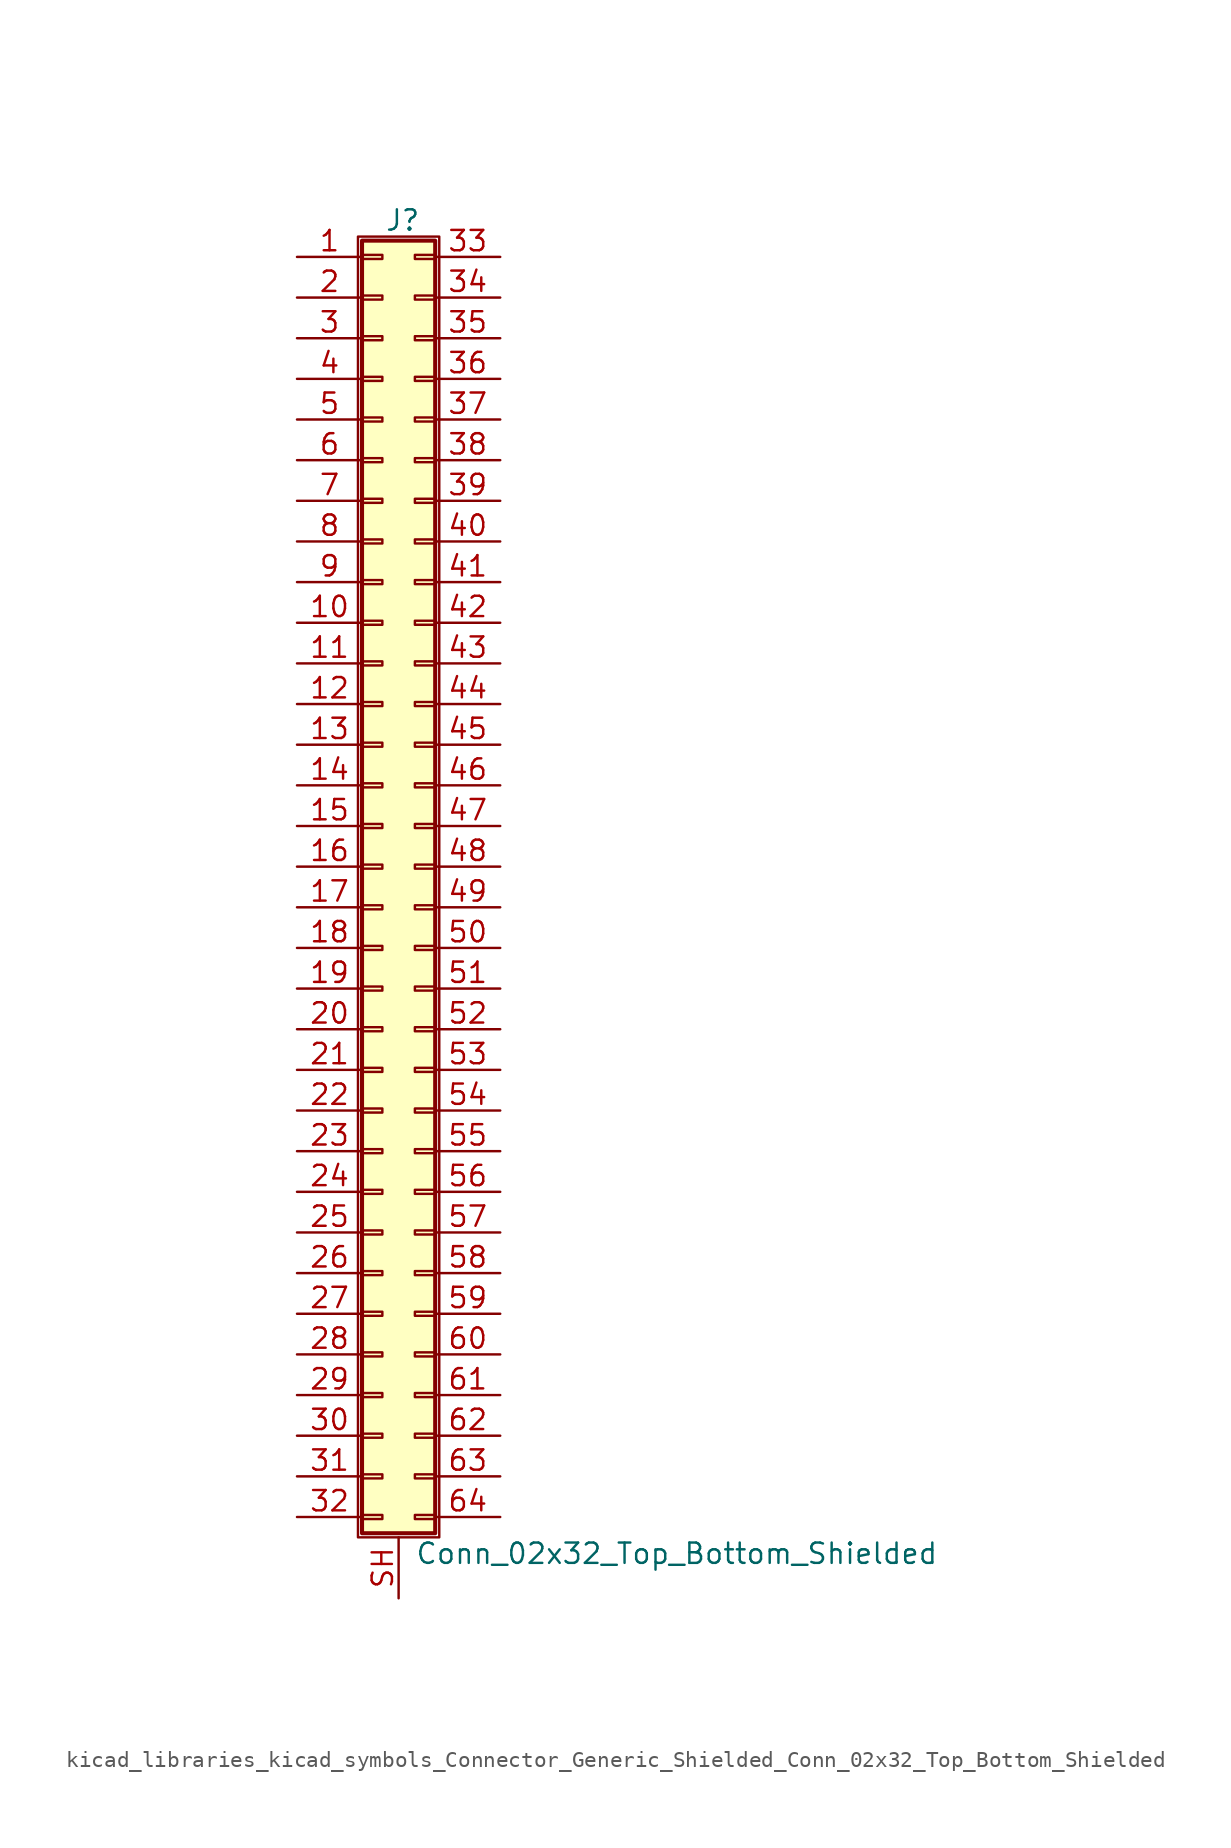
<source format=kicad_sym>
(kicad_symbol_lib
  (version 20220914)
  (generator kicad_symbol_editor)
  (symbol "kicad_libraries_kicad_symbols_Connector_Generic_Shielded_Conn_02x32_Top_Bottom_Shielded"
    (pin_names
      (offset 1.016) hide)
    (property "Reference" "J"
      (at 1.524 40.386 0)
      (effects (font (size 1.27 1.27))))
    (property "Value" "Conn_02x32_Top_Bottom_Shielded"
      (at 2.286 -42.926 0)
      (effects (font (size 1.27 1.27)) (justify left)))
    (symbol "kicad_libraries_kicad_symbols_Connector_Generic_Shielded_Conn_02x32_Top_Bottom_Shielded_1_1"
      (rectangle (start -1.27 39.37) (end 3.81 -41.91) (stroke (width 0.152) (type default)) (fill (type none)))
      (rectangle (start -1.016 -40.513) (end 0.254 -40.767) (stroke (width 0.152) (type default)) (fill (type none)))
      (rectangle (start -1.016 -37.973) (end 0.254 -38.227) (stroke (width 0.152) (type default)) (fill (type none)))
      (rectangle (start -1.016 -35.433) (end 0.254 -35.687) (stroke (width 0.152) (type default)) (fill (type none)))
      (rectangle (start -1.016 -32.893) (end 0.254 -33.147) (stroke (width 0.152) (type default)) (fill (type none)))
      (rectangle (start -1.016 -30.353) (end 0.254 -30.607) (stroke (width 0.152) (type default)) (fill (type none)))
      (rectangle (start -1.016 -27.813) (end 0.254 -28.067) (stroke (width 0.152) (type default)) (fill (type none)))
      (rectangle (start -1.016 -25.273) (end 0.254 -25.527) (stroke (width 0.152) (type default)) (fill (type none)))
      (rectangle (start -1.016 -22.733) (end 0.254 -22.987) (stroke (width 0.152) (type default)) (fill (type none)))
      (rectangle (start -1.016 -20.193) (end 0.254 -20.447) (stroke (width 0.152) (type default)) (fill (type none)))
      (rectangle (start -1.016 -17.653) (end 0.254 -17.907) (stroke (width 0.152) (type default)) (fill (type none)))
      (rectangle (start -1.016 -15.113) (end 0.254 -15.367) (stroke (width 0.152) (type default)) (fill (type none)))
      (rectangle (start -1.016 -12.573) (end 0.254 -12.827) (stroke (width 0.152) (type default)) (fill (type none)))
      (rectangle (start -1.016 -10.033) (end 0.254 -10.287) (stroke (width 0.152) (type default)) (fill (type none)))
      (rectangle (start -1.016 -7.493) (end 0.254 -7.747) (stroke (width 0.152) (type default)) (fill (type none)))
      (rectangle (start -1.016 -4.953) (end 0.254 -5.207) (stroke (width 0.152) (type default)) (fill (type none)))
      (rectangle (start -1.016 -2.413) (end 0.254 -2.667) (stroke (width 0.152) (type default)) (fill (type none)))
      (rectangle (start -1.016 0.127) (end 0.254 -0.127) (stroke (width 0.152) (type default)) (fill (type none)))
      (rectangle (start -1.016 2.667) (end 0.254 2.413) (stroke (width 0.152) (type default)) (fill (type none)))
      (rectangle (start -1.016 5.207) (end 0.254 4.953) (stroke (width 0.152) (type default)) (fill (type none)))
      (rectangle (start -1.016 7.747) (end 0.254 7.493) (stroke (width 0.152) (type default)) (fill (type none)))
      (rectangle (start -1.016 10.287) (end 0.254 10.033) (stroke (width 0.152) (type default)) (fill (type none)))
      (rectangle (start -1.016 12.827) (end 0.254 12.573) (stroke (width 0.152) (type default)) (fill (type none)))
      (rectangle (start -1.016 15.367) (end 0.254 15.113) (stroke (width 0.152) (type default)) (fill (type none)))
      (rectangle (start -1.016 17.907) (end 0.254 17.653) (stroke (width 0.152) (type default)) (fill (type none)))
      (rectangle (start -1.016 20.447) (end 0.254 20.193) (stroke (width 0.152) (type default)) (fill (type none)))
      (rectangle (start -1.016 22.987) (end 0.254 22.733) (stroke (width 0.152) (type default)) (fill (type none)))
      (rectangle (start -1.016 25.527) (end 0.254 25.273) (stroke (width 0.152) (type default)) (fill (type none)))
      (rectangle (start -1.016 28.067) (end 0.254 27.813) (stroke (width 0.152) (type default)) (fill (type none)))
      (rectangle (start -1.016 30.607) (end 0.254 30.353) (stroke (width 0.152) (type default)) (fill (type none)))
      (rectangle (start -1.016 33.147) (end 0.254 32.893) (stroke (width 0.152) (type default)) (fill (type none)))
      (rectangle (start -1.016 35.687) (end 0.254 35.433) (stroke (width 0.152) (type default)) (fill (type none)))
      (rectangle (start -1.016 38.227) (end 0.254 37.973) (stroke (width 0.152) (type default)) (fill (type none)))
      (rectangle (start -1.016 39.116) (end 3.556 -41.656) (stroke (width 0.254) (type default)) (fill (type background)))
      (rectangle (start 3.556 -40.513) (end 2.286 -40.767) (stroke (width 0.152) (type default)) (fill (type none)))
      (rectangle (start 3.556 -37.973) (end 2.286 -38.227) (stroke (width 0.152) (type default)) (fill (type none)))
      (rectangle (start 3.556 -35.433) (end 2.286 -35.687) (stroke (width 0.152) (type default)) (fill (type none)))
      (rectangle (start 3.556 -32.893) (end 2.286 -33.147) (stroke (width 0.152) (type default)) (fill (type none)))
      (rectangle (start 3.556 -30.353) (end 2.286 -30.607) (stroke (width 0.152) (type default)) (fill (type none)))
      (rectangle (start 3.556 -27.813) (end 2.286 -28.067) (stroke (width 0.152) (type default)) (fill (type none)))
      (rectangle (start 3.556 -25.273) (end 2.286 -25.527) (stroke (width 0.152) (type default)) (fill (type none)))
      (rectangle (start 3.556 -22.733) (end 2.286 -22.987) (stroke (width 0.152) (type default)) (fill (type none)))
      (rectangle (start 3.556 -20.193) (end 2.286 -20.447) (stroke (width 0.152) (type default)) (fill (type none)))
      (rectangle (start 3.556 -17.653) (end 2.286 -17.907) (stroke (width 0.152) (type default)) (fill (type none)))
      (rectangle (start 3.556 -15.113) (end 2.286 -15.367) (stroke (width 0.152) (type default)) (fill (type none)))
      (rectangle (start 3.556 -12.573) (end 2.286 -12.827) (stroke (width 0.152) (type default)) (fill (type none)))
      (rectangle (start 3.556 -10.033) (end 2.286 -10.287) (stroke (width 0.152) (type default)) (fill (type none)))
      (rectangle (start 3.556 -7.493) (end 2.286 -7.747) (stroke (width 0.152) (type default)) (fill (type none)))
      (rectangle (start 3.556 -4.953) (end 2.286 -5.207) (stroke (width 0.152) (type default)) (fill (type none)))
      (rectangle (start 3.556 -2.413) (end 2.286 -2.667) (stroke (width 0.152) (type default)) (fill (type none)))
      (rectangle (start 3.556 0.127) (end 2.286 -0.127) (stroke (width 0.152) (type default)) (fill (type none)))
      (rectangle (start 3.556 2.667) (end 2.286 2.413) (stroke (width 0.152) (type default)) (fill (type none)))
      (rectangle (start 3.556 5.207) (end 2.286 4.953) (stroke (width 0.152) (type default)) (fill (type none)))
      (rectangle (start 3.556 7.747) (end 2.286 7.493) (stroke (width 0.152) (type default)) (fill (type none)))
      (rectangle (start 3.556 10.287) (end 2.286 10.033) (stroke (width 0.152) (type default)) (fill (type none)))
      (rectangle (start 3.556 12.827) (end 2.286 12.573) (stroke (width 0.152) (type default)) (fill (type none)))
      (rectangle (start 3.556 15.367) (end 2.286 15.113) (stroke (width 0.152) (type default)) (fill (type none)))
      (rectangle (start 3.556 17.907) (end 2.286 17.653) (stroke (width 0.152) (type default)) (fill (type none)))
      (rectangle (start 3.556 20.447) (end 2.286 20.193) (stroke (width 0.152) (type default)) (fill (type none)))
      (rectangle (start 3.556 22.987) (end 2.286 22.733) (stroke (width 0.152) (type default)) (fill (type none)))
      (rectangle (start 3.556 25.527) (end 2.286 25.273) (stroke (width 0.152) (type default)) (fill (type none)))
      (rectangle (start 3.556 28.067) (end 2.286 27.813) (stroke (width 0.152) (type default)) (fill (type none)))
      (rectangle (start 3.556 30.607) (end 2.286 30.353) (stroke (width 0.152) (type default)) (fill (type none)))
      (rectangle (start 3.556 33.147) (end 2.286 32.893) (stroke (width 0.152) (type default)) (fill (type none)))
      (rectangle (start 3.556 35.687) (end 2.286 35.433) (stroke (width 0.152) (type default)) (fill (type none)))
      (rectangle (start 3.556 38.227) (end 2.286 37.973) (stroke (width 0.152) (type default)) (fill (type none)))
      (pin passive line (at -5.08 38.1 0) (length 4.064) (name "Pin_1" (effects (font (size 1.27 1.27)))) (number "1" (effects (font (size 1.27 1.27)))))
      (pin passive line (at -5.08 15.24 0) (length 4.064) (name "Pin_10" (effects (font (size 1.27 1.27)))) (number "10" (effects (font (size 1.27 1.27)))))
      (pin passive line (at -5.08 12.7 0) (length 4.064) (name "Pin_11" (effects (font (size 1.27 1.27)))) (number "11" (effects (font (size 1.27 1.27)))))
      (pin passive line (at -5.08 10.16 0) (length 4.064) (name "Pin_12" (effects (font (size 1.27 1.27)))) (number "12" (effects (font (size 1.27 1.27)))))
      (pin passive line (at -5.08 7.62 0) (length 4.064) (name "Pin_13" (effects (font (size 1.27 1.27)))) (number "13" (effects (font (size 1.27 1.27)))))
      (pin passive line (at -5.08 5.08 0) (length 4.064) (name "Pin_14" (effects (font (size 1.27 1.27)))) (number "14" (effects (font (size 1.27 1.27)))))
      (pin passive line (at -5.08 2.54 0) (length 4.064) (name "Pin_15" (effects (font (size 1.27 1.27)))) (number "15" (effects (font (size 1.27 1.27)))))
      (pin passive line (at -5.08 0 0) (length 4.064) (name "Pin_16" (effects (font (size 1.27 1.27)))) (number "16" (effects (font (size 1.27 1.27)))))
      (pin passive line (at -5.08 -2.54 0) (length 4.064) (name "Pin_17" (effects (font (size 1.27 1.27)))) (number "17" (effects (font (size 1.27 1.27)))))
      (pin passive line (at -5.08 -5.08 0) (length 4.064) (name "Pin_18" (effects (font (size 1.27 1.27)))) (number "18" (effects (font (size 1.27 1.27)))))
      (pin passive line (at -5.08 -7.62 0) (length 4.064) (name "Pin_19" (effects (font (size 1.27 1.27)))) (number "19" (effects (font (size 1.27 1.27)))))
      (pin passive line (at -5.08 35.56 0) (length 4.064) (name "Pin_2" (effects (font (size 1.27 1.27)))) (number "2" (effects (font (size 1.27 1.27)))))
      (pin passive line (at -5.08 -10.16 0) (length 4.064) (name "Pin_20" (effects (font (size 1.27 1.27)))) (number "20" (effects (font (size 1.27 1.27)))))
      (pin passive line (at -5.08 -12.7 0) (length 4.064) (name "Pin_21" (effects (font (size 1.27 1.27)))) (number "21" (effects (font (size 1.27 1.27)))))
      (pin passive line (at -5.08 -15.24 0) (length 4.064) (name "Pin_22" (effects (font (size 1.27 1.27)))) (number "22" (effects (font (size 1.27 1.27)))))
      (pin passive line (at -5.08 -17.78 0) (length 4.064) (name "Pin_23" (effects (font (size 1.27 1.27)))) (number "23" (effects (font (size 1.27 1.27)))))
      (pin passive line (at -5.08 -20.32 0) (length 4.064) (name "Pin_24" (effects (font (size 1.27 1.27)))) (number "24" (effects (font (size 1.27 1.27)))))
      (pin passive line (at -5.08 -22.86 0) (length 4.064) (name "Pin_25" (effects (font (size 1.27 1.27)))) (number "25" (effects (font (size 1.27 1.27)))))
      (pin passive line (at -5.08 -25.4 0) (length 4.064) (name "Pin_26" (effects (font (size 1.27 1.27)))) (number "26" (effects (font (size 1.27 1.27)))))
      (pin passive line (at -5.08 -27.94 0) (length 4.064) (name "Pin_27" (effects (font (size 1.27 1.27)))) (number "27" (effects (font (size 1.27 1.27)))))
      (pin passive line (at -5.08 -30.48 0) (length 4.064) (name "Pin_28" (effects (font (size 1.27 1.27)))) (number "28" (effects (font (size 1.27 1.27)))))
      (pin passive line (at -5.08 -33.02 0) (length 4.064) (name "Pin_29" (effects (font (size 1.27 1.27)))) (number "29" (effects (font (size 1.27 1.27)))))
      (pin passive line (at -5.08 33.02 0) (length 4.064) (name "Pin_3" (effects (font (size 1.27 1.27)))) (number "3" (effects (font (size 1.27 1.27)))))
      (pin passive line (at -5.08 -35.56 0) (length 4.064) (name "Pin_30" (effects (font (size 1.27 1.27)))) (number "30" (effects (font (size 1.27 1.27)))))
      (pin passive line (at -5.08 -38.1 0) (length 4.064) (name "Pin_31" (effects (font (size 1.27 1.27)))) (number "31" (effects (font (size 1.27 1.27)))))
      (pin passive line (at -5.08 -40.64 0) (length 4.064) (name "Pin_32" (effects (font (size 1.27 1.27)))) (number "32" (effects (font (size 1.27 1.27)))))
      (pin passive line (at 7.62 38.1 180) (length 4.064) (name "Pin_33" (effects (font (size 1.27 1.27)))) (number "33" (effects (font (size 1.27 1.27)))))
      (pin passive line (at 7.62 35.56 180) (length 4.064) (name "Pin_34" (effects (font (size 1.27 1.27)))) (number "34" (effects (font (size 1.27 1.27)))))
      (pin passive line (at 7.62 33.02 180) (length 4.064) (name "Pin_35" (effects (font (size 1.27 1.27)))) (number "35" (effects (font (size 1.27 1.27)))))
      (pin passive line (at 7.62 30.48 180) (length 4.064) (name "Pin_36" (effects (font (size 1.27 1.27)))) (number "36" (effects (font (size 1.27 1.27)))))
      (pin passive line (at 7.62 27.94 180) (length 4.064) (name "Pin_37" (effects (font (size 1.27 1.27)))) (number "37" (effects (font (size 1.27 1.27)))))
      (pin passive line (at 7.62 25.4 180) (length 4.064) (name "Pin_38" (effects (font (size 1.27 1.27)))) (number "38" (effects (font (size 1.27 1.27)))))
      (pin passive line (at 7.62 22.86 180) (length 4.064) (name "Pin_39" (effects (font (size 1.27 1.27)))) (number "39" (effects (font (size 1.27 1.27)))))
      (pin passive line (at -5.08 30.48 0) (length 4.064) (name "Pin_4" (effects (font (size 1.27 1.27)))) (number "4" (effects (font (size 1.27 1.27)))))
      (pin passive line (at 7.62 20.32 180) (length 4.064) (name "Pin_40" (effects (font (size 1.27 1.27)))) (number "40" (effects (font (size 1.27 1.27)))))
      (pin passive line (at 7.62 17.78 180) (length 4.064) (name "Pin_41" (effects (font (size 1.27 1.27)))) (number "41" (effects (font (size 1.27 1.27)))))
      (pin passive line (at 7.62 15.24 180) (length 4.064) (name "Pin_42" (effects (font (size 1.27 1.27)))) (number "42" (effects (font (size 1.27 1.27)))))
      (pin passive line (at 7.62 12.7 180) (length 4.064) (name "Pin_43" (effects (font (size 1.27 1.27)))) (number "43" (effects (font (size 1.27 1.27)))))
      (pin passive line (at 7.62 10.16 180) (length 4.064) (name "Pin_44" (effects (font (size 1.27 1.27)))) (number "44" (effects (font (size 1.27 1.27)))))
      (pin passive line (at 7.62 7.62 180) (length 4.064) (name "Pin_45" (effects (font (size 1.27 1.27)))) (number "45" (effects (font (size 1.27 1.27)))))
      (pin passive line (at 7.62 5.08 180) (length 4.064) (name "Pin_46" (effects (font (size 1.27 1.27)))) (number "46" (effects (font (size 1.27 1.27)))))
      (pin passive line (at 7.62 2.54 180) (length 4.064) (name "Pin_47" (effects (font (size 1.27 1.27)))) (number "47" (effects (font (size 1.27 1.27)))))
      (pin passive line (at 7.62 0 180) (length 4.064) (name "Pin_48" (effects (font (size 1.27 1.27)))) (number "48" (effects (font (size 1.27 1.27)))))
      (pin passive line (at 7.62 -2.54 180) (length 4.064) (name "Pin_49" (effects (font (size 1.27 1.27)))) (number "49" (effects (font (size 1.27 1.27)))))
      (pin passive line (at -5.08 27.94 0) (length 4.064) (name "Pin_5" (effects (font (size 1.27 1.27)))) (number "5" (effects (font (size 1.27 1.27)))))
      (pin passive line (at 7.62 -5.08 180) (length 4.064) (name "Pin_50" (effects (font (size 1.27 1.27)))) (number "50" (effects (font (size 1.27 1.27)))))
      (pin passive line (at 7.62 -7.62 180) (length 4.064) (name "Pin_51" (effects (font (size 1.27 1.27)))) (number "51" (effects (font (size 1.27 1.27)))))
      (pin passive line (at 7.62 -10.16 180) (length 4.064) (name "Pin_52" (effects (font (size 1.27 1.27)))) (number "52" (effects (font (size 1.27 1.27)))))
      (pin passive line (at 7.62 -12.7 180) (length 4.064) (name "Pin_53" (effects (font (size 1.27 1.27)))) (number "53" (effects (font (size 1.27 1.27)))))
      (pin passive line (at 7.62 -15.24 180) (length 4.064) (name "Pin_54" (effects (font (size 1.27 1.27)))) (number "54" (effects (font (size 1.27 1.27)))))
      (pin passive line (at 7.62 -17.78 180) (length 4.064) (name "Pin_55" (effects (font (size 1.27 1.27)))) (number "55" (effects (font (size 1.27 1.27)))))
      (pin passive line (at 7.62 -20.32 180) (length 4.064) (name "Pin_56" (effects (font (size 1.27 1.27)))) (number "56" (effects (font (size 1.27 1.27)))))
      (pin passive line (at 7.62 -22.86 180) (length 4.064) (name "Pin_57" (effects (font (size 1.27 1.27)))) (number "57" (effects (font (size 1.27 1.27)))))
      (pin passive line (at 7.62 -25.4 180) (length 4.064) (name "Pin_58" (effects (font (size 1.27 1.27)))) (number "58" (effects (font (size 1.27 1.27)))))
      (pin passive line (at 7.62 -27.94 180) (length 4.064) (name "Pin_59" (effects (font (size 1.27 1.27)))) (number "59" (effects (font (size 1.27 1.27)))))
      (pin passive line (at -5.08 25.4 0) (length 4.064) (name "Pin_6" (effects (font (size 1.27 1.27)))) (number "6" (effects (font (size 1.27 1.27)))))
      (pin passive line (at 7.62 -30.48 180) (length 4.064) (name "Pin_60" (effects (font (size 1.27 1.27)))) (number "60" (effects (font (size 1.27 1.27)))))
      (pin passive line (at 7.62 -33.02 180) (length 4.064) (name "Pin_61" (effects (font (size 1.27 1.27)))) (number "61" (effects (font (size 1.27 1.27)))))
      (pin passive line (at 7.62 -35.56 180) (length 4.064) (name "Pin_62" (effects (font (size 1.27 1.27)))) (number "62" (effects (font (size 1.27 1.27)))))
      (pin passive line (at 7.62 -38.1 180) (length 4.064) (name "Pin_63" (effects (font (size 1.27 1.27)))) (number "63" (effects (font (size 1.27 1.27)))))
      (pin passive line (at 7.62 -40.64 180) (length 4.064) (name "Pin_64" (effects (font (size 1.27 1.27)))) (number "64" (effects (font (size 1.27 1.27)))))
      (pin passive line (at -5.08 22.86 0) (length 4.064) (name "Pin_7" (effects (font (size 1.27 1.27)))) (number "7" (effects (font (size 1.27 1.27)))))
      (pin passive line (at -5.08 20.32 0) (length 4.064) (name "Pin_8" (effects (font (size 1.27 1.27)))) (number "8" (effects (font (size 1.27 1.27)))))
      (pin passive line (at -5.08 17.78 0) (length 4.064) (name "Pin_9" (effects (font (size 1.27 1.27)))) (number "9" (effects (font (size 1.27 1.27)))))
      (pin passive line (at 1.27 -45.72 90) (length 3.81) (name "Shield" (effects (font (size 1.27 1.27)))) (number "SH" (effects (font (size 1.27 1.27))))))))
</source>
